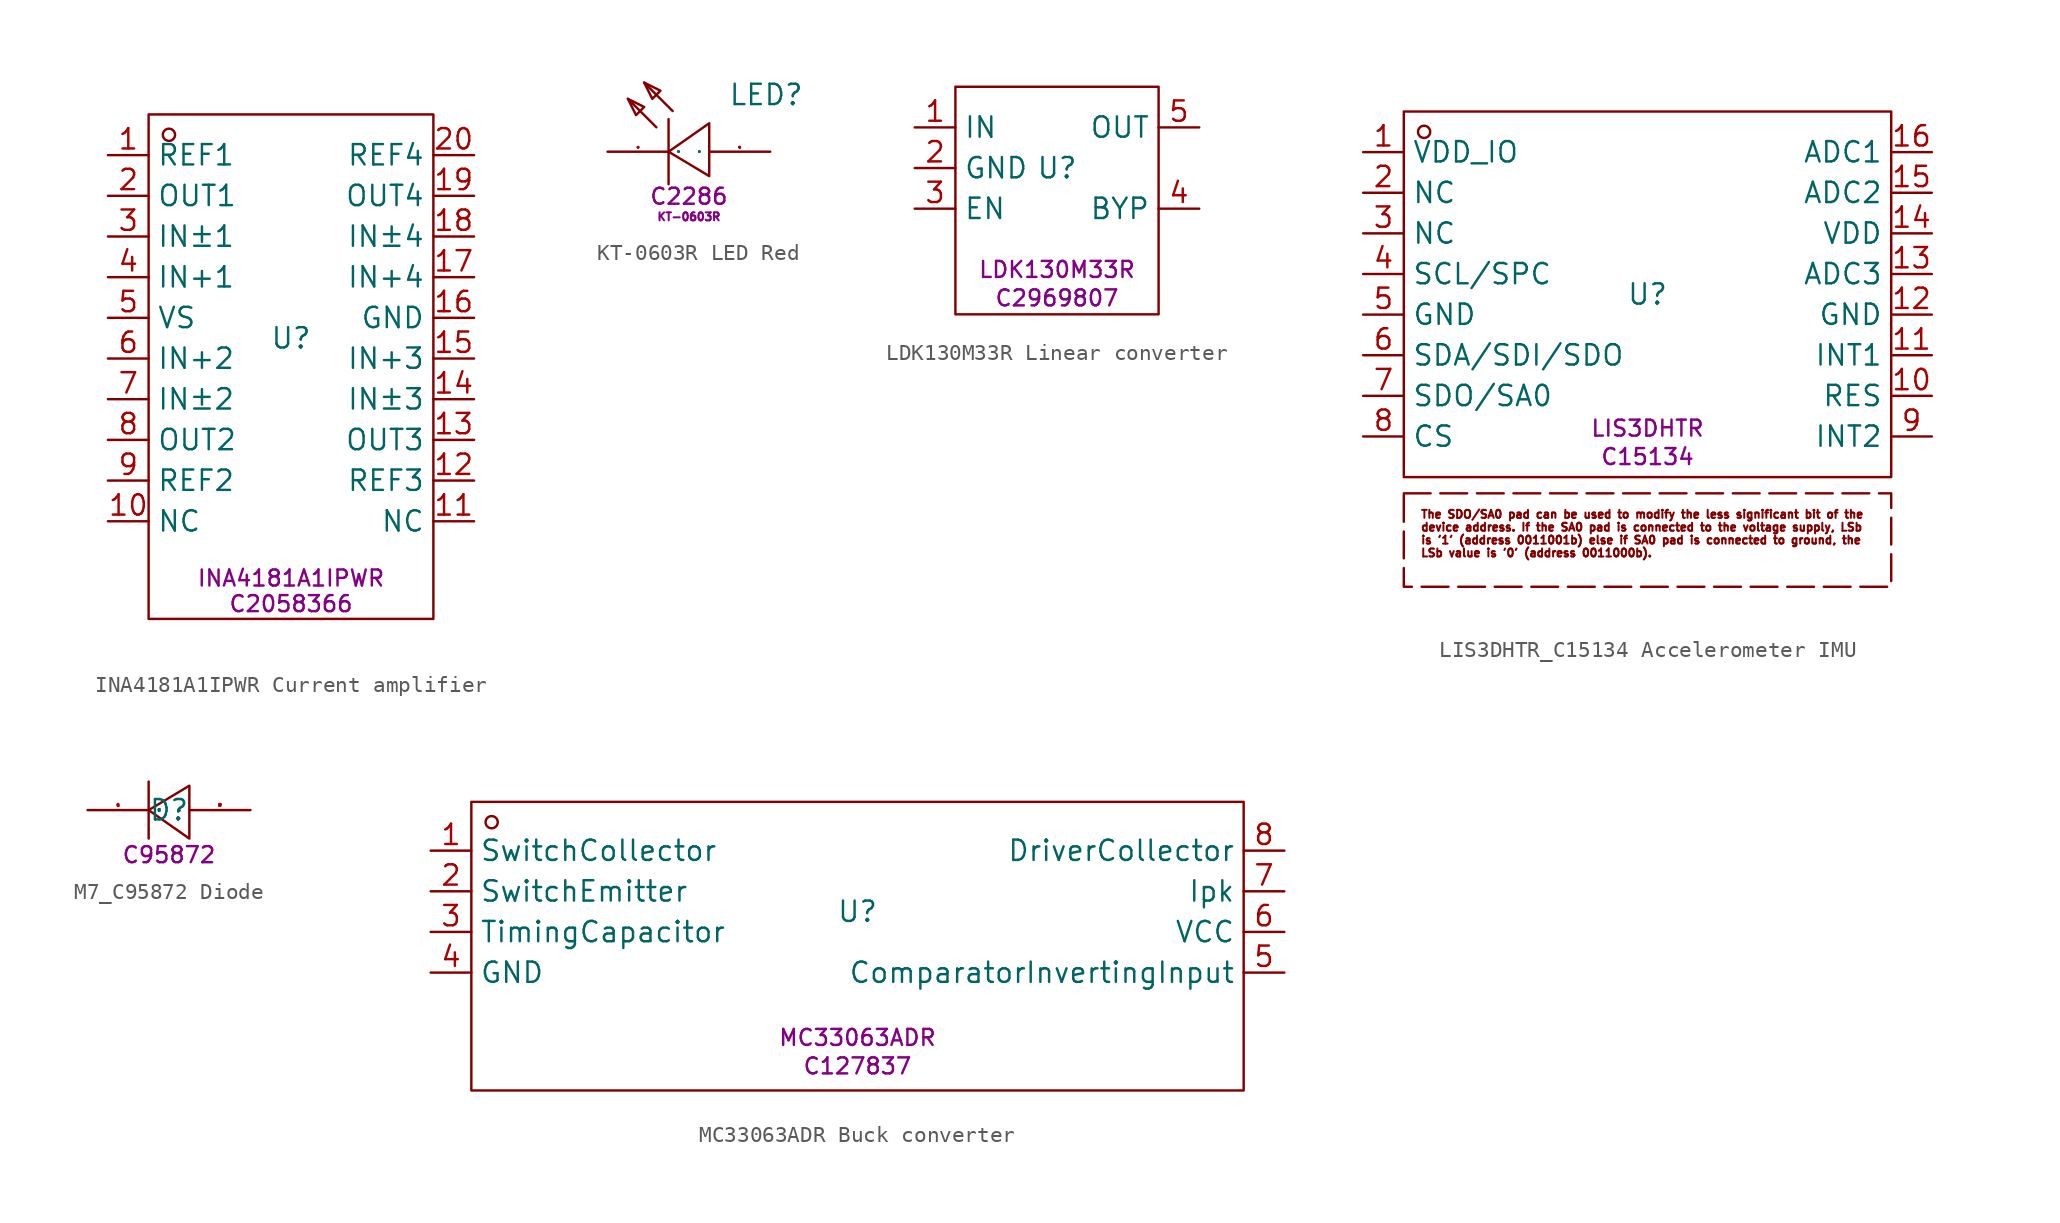
<source format=kicad_sym>
(kicad_symbol_lib
  (version 20241209)
  (generator "kicad_symbol_editor")
  (generator_version "9.0")
  (symbol "INA4181A1IPWR Current amplifier"
    (property "Reference" "U"
      (at 0 0 0)
      (effects (font (size 1.27 1.27))))
    (property "LCSC Part Name" "INA4181A1IPWR"
      (at 0 -14.986 0)
      (do_not_autoplace)
      (effects (font (size 1 1))))
    (property "LCSC Part #" "C2058366"
      (at 0 -16.002 0)
      (do_not_autoplace)
      (effects (font (size 1 1)) (justify top)))
    (symbol "INA4181A1IPWR Current amplifier_1_0"
      (rectangle (start -8.89 13.97) (end 8.89 -17.526) (stroke (width 0) (type default)) (fill (type none)))
      (circle (center -7.62 12.7) (radius 0.381) (stroke (width 0) (type default)) (fill (type none)))
      (pin input line (at -11.43 11.43 0) (length 2.54) (name "REF1" (effects (font (size 1.27 1.27)))) (number "1" (effects (font (size 1.27 1.27)))))
      (pin input line (at -11.43 8.89 0) (length 2.54) (name "OUT1" (effects (font (size 1.27 1.27)))) (number "2" (effects (font (size 1.27 1.27)))))
      (pin input line (at -11.43 6.35 0) (length 2.54) (name "IN±1" (effects (font (size 1.27 1.27)))) (number "3" (effects (font (size 1.27 1.27)))))
      (pin input line (at -11.43 3.81 0) (length 2.54) (name "IN+1" (effects (font (size 1.27 1.27)))) (number "4" (effects (font (size 1.27 1.27)))))
      (pin input line (at -11.43 1.27 0) (length 2.54) (name "VS" (effects (font (size 1.27 1.27)))) (number "5" (effects (font (size 1.27 1.27)))))
      (pin input line (at -11.43 -1.27 0) (length 2.54) (name "IN+2" (effects (font (size 1.27 1.27)))) (number "6" (effects (font (size 1.27 1.27)))))
      (pin input line (at -11.43 -3.81 0) (length 2.54) (name "IN±2" (effects (font (size 1.27 1.27)))) (number "7" (effects (font (size 1.27 1.27)))))
      (pin input line (at -11.43 -6.35 0) (length 2.54) (name "OUT2" (effects (font (size 1.27 1.27)))) (number "8" (effects (font (size 1.27 1.27)))))
      (pin input line (at -11.43 -8.89 0) (length 2.54) (name "REF2" (effects (font (size 1.27 1.27)))) (number "9" (effects (font (size 1.27 1.27)))))
      (pin input line (at -11.43 -11.43 0) (length 2.54) (name "NC" (effects (font (size 1.27 1.27)))) (number "10" (effects (font (size 1.27 1.27)))))
      (pin input line (at 11.43 11.43 180) (length 2.54) (name "REF4" (effects (font (size 1.27 1.27)))) (number "20" (effects (font (size 1.27 1.27)))))
      (pin input line (at 11.43 8.89 180) (length 2.54) (name "OUT4" (effects (font (size 1.27 1.27)))) (number "19" (effects (font (size 1.27 1.27)))))
      (pin input line (at 11.43 6.35 180) (length 2.54) (name "IN±4" (effects (font (size 1.27 1.27)))) (number "18" (effects (font (size 1.27 1.27)))))
      (pin input line (at 11.43 3.81 180) (length 2.54) (name "IN+4" (effects (font (size 1.27 1.27)))) (number "17" (effects (font (size 1.27 1.27)))))
      (pin input line (at 11.43 1.27 180) (length 2.54) (name "GND" (effects (font (size 1.27 1.27)))) (number "16" (effects (font (size 1.27 1.27)))))
      (pin input line (at 11.43 -1.27 180) (length 2.54) (name "IN+3" (effects (font (size 1.27 1.27)))) (number "15" (effects (font (size 1.27 1.27)))))
      (pin input line (at 11.43 -3.81 180) (length 2.54) (name "IN±3" (effects (font (size 1.27 1.27)))) (number "14" (effects (font (size 1.27 1.27)))))
      (pin input line (at 11.43 -6.35 180) (length 2.54) (name "OUT3" (effects (font (size 1.27 1.27)))) (number "13" (effects (font (size 1.27 1.27)))))
      (pin input line (at 11.43 -8.89 180) (length 2.54) (name "REF3" (effects (font (size 1.27 1.27)))) (number "12" (effects (font (size 1.27 1.27)))))
      (pin input line (at 11.43 -11.43 180) (length 2.54) (name "NC" (effects (font (size 1.27 1.27)))) (number "11" (effects (font (size 1.27 1.27)))))))
  (symbol "KT-0603R LED Red"
    (property "Reference" "LED"
      (at 4.826 3.556 0)
      (do_not_autoplace)
      (effects (font (size 1.27 1.27))))
    (property "Manufacturer Part" "KT-0603R"
      (at 0 -4.064 0)
      (do_not_autoplace)
      (effects (font (size 0.5 0.5))))
    (property "LCSC Part #" "C2286"
      (at 0 -2.794 0)
      (do_not_autoplace)
      (effects (font (size 1 1))))
    (symbol "KT-0603R LED Red_1_0"
      (polyline (pts (xy -3.81 3.302) (xy -2.794 2.794) (xy -2.794 2.794) (xy -3.302 2.286) (xy -3.302 2.286) (xy -3.81 3.302)) (stroke (width 0) (type default)) (fill (type none)))
      (polyline (pts (xy -2.794 4.318) (xy -1.778 3.81) (xy -1.778 3.81) (xy -2.286 3.302) (xy -2.286 3.302) (xy -2.794 4.318)) (stroke (width 0) (type default)) (fill (type none)))
      (polyline (pts (xy -2.032 1.524) (xy -3.81 3.302)) (stroke (width 0) (type default)) (fill (type none)))
      (polyline (pts (xy -1.27 2.032) (xy -1.27 -2.032)) (stroke (width 0) (type default)) (fill (type none)))
      (polyline (pts (xy -1.016 2.54) (xy -2.794 4.318)) (stroke (width 0) (type default)) (fill (type none)))
      (polyline (pts (xy 1.27 -1.524) (xy -1.27 0) (xy -1.27 0) (xy 1.27 1.778) (xy 1.27 1.778) (xy 1.27 -1.524)) (stroke (width 0) (type default)) (fill (type none)))
      (pin unspecified line (at -5.08 0 0) (length 3.81) (name "K" (effects (font (size 0.025 0.025)))) (number "1" (effects (font (size 0.025 0.025)))))
      (pin unspecified line (at 5.08 0 180) (length 3.81) (name "A" (effects (font (size 0.025 0.025)))) (number "2" (effects (font (size 0.025 0.025)))))))
  (symbol "LDK130M33R Linear converter"
    (property "Reference" "U"
      (at 0 0 0)
      (effects (font (size 1.27 1.27))))
    (property "Manufacturer Part" "LDK130M33R"
      (at 0 -6.35 0)
      (do_not_autoplace)
      (effects (font (size 1 1))))
    (property "LCSC Part #" "C2969807"
      (at 0 -8.128 0)
      (do_not_autoplace)
      (effects (font (size 1 1))))
    (symbol "LDK130M33R Linear converter_1_0"
      (rectangle (start -6.35 5.08) (end 6.35 -9.144) (stroke (width 0) (type default)) (fill (type none)))
      (pin unspecified line (at -8.89 2.54 0) (length 2.54) (name "IN" (effects (font (size 1.27 1.27)))) (number "1" (effects (font (size 1.27 1.27)))))
      (pin unspecified line (at -8.89 0 0) (length 2.54) (name "GND" (effects (font (size 1.27 1.27)))) (number "2" (effects (font (size 1.27 1.27)))))
      (pin unspecified line (at -8.89 -2.54 0) (length 2.54) (name "EN" (effects (font (size 1.27 1.27)))) (number "3" (effects (font (size 1.27 1.27)))))
      (pin unspecified line (at 8.89 2.54 180) (length 2.54) (name "OUT" (effects (font (size 1.27 1.27)))) (number "5" (effects (font (size 1.27 1.27)))))
      (pin unspecified line (at 8.89 -2.54 180) (length 2.54) (name "BYP" (effects (font (size 1.27 1.27)))) (number "4" (effects (font (size 1.27 1.27)))))))
  (symbol "LIS3DHTR_C15134 Accelerometer IMU"
    (property "Reference" "U"
      (at 0 0 0)
      (do_not_autoplace)
      (effects (font (size 1.27 1.27))))
    (property "Manufacturer Part" "LIS3DHTR"
      (at 0 -8.382 0)
      (do_not_autoplace)
      (effects (font (size 1 1))))
    (property "LCSC Part #" "C15134"
      (at 0 -10.16 0)
      (do_not_autoplace)
      (effects (font (size 1 1))))
    (symbol "LIS3DHTR_C15134 Accelerometer IMU_1_0"
      (rectangle (start -15.24 -11.43) (end 15.24 11.43) (stroke (width 0) (type default)) (fill (type none)))
      (circle (center -13.97 10.16) (radius 0.381) (stroke (width 0) (type default)) (fill (type none)))
      (pin unspecified line (at -17.78 8.89 0) (length 2.54) (name "VDD_IO" (effects (font (size 1.27 1.27)))) (number "1" (effects (font (size 1.27 1.27)))))
      (pin unspecified line (at -17.78 6.35 0) (length 2.54) (name "NC" (effects (font (size 1.27 1.27)))) (number "2" (effects (font (size 1.27 1.27)))))
      (pin unspecified line (at -17.78 3.81 0) (length 2.54) (name "NC" (effects (font (size 1.27 1.27)))) (number "3" (effects (font (size 1.27 1.27)))))
      (pin unspecified line (at -17.78 1.27 0) (length 2.54) (name "SCL/SPC" (effects (font (size 1.27 1.27)))) (number "4" (effects (font (size 1.27 1.27)))))
      (pin unspecified line (at -17.78 -1.27 0) (length 2.54) (name "GND" (effects (font (size 1.27 1.27)))) (number "5" (effects (font (size 1.27 1.27)))))
      (pin unspecified line (at -17.78 -3.81 0) (length 2.54) (name "SDA/SDI/SDO" (effects (font (size 1.27 1.27)))) (number "6" (effects (font (size 1.27 1.27)))))
      (pin unspecified line (at -17.78 -6.35 0) (length 2.54) (name "SDO/SA0" (effects (font (size 1.27 1.27)))) (number "7" (effects (font (size 1.27 1.27)))))
      (pin unspecified line (at -17.78 -8.89 0) (length 2.54) (name "CS" (effects (font (size 1.27 1.27)))) (number "8" (effects (font (size 1.27 1.27)))))
      (pin unspecified line (at 17.78 8.89 180) (length 2.54) (name "ADC1" (effects (font (size 1.27 1.27)))) (number "16" (effects (font (size 1.27 1.27)))))
      (pin unspecified line (at 17.78 6.35 180) (length 2.54) (name "ADC2" (effects (font (size 1.27 1.27)))) (number "15" (effects (font (size 1.27 1.27)))))
      (pin unspecified line (at 17.78 3.81 180) (length 2.54) (name "VDD" (effects (font (size 1.27 1.27)))) (number "14" (effects (font (size 1.27 1.27)))))
      (pin unspecified line (at 17.78 1.27 180) (length 2.54) (name "ADC3" (effects (font (size 1.27 1.27)))) (number "13" (effects (font (size 1.27 1.27)))))
      (pin unspecified line (at 17.78 -1.27 180) (length 2.54) (name "GND" (effects (font (size 1.27 1.27)))) (number "12" (effects (font (size 1.27 1.27)))))
      (pin unspecified line (at 17.78 -3.81 180) (length 2.54) (name "INT1" (effects (font (size 1.27 1.27)))) (number "11" (effects (font (size 1.27 1.27)))))
      (pin unspecified line (at 17.78 -6.35 180) (length 2.54) (name "RES" (effects (font (size 1.27 1.27)))) (number "10" (effects (font (size 1.27 1.27)))))
      (pin unspecified line (at 17.78 -8.89 180) (length 2.54) (name "INT2" (effects (font (size 1.27 1.27)))) (number "9" (effects (font (size 1.27 1.27))))))
    (symbol "LIS3DHTR_C15134 Accelerometer IMU_1_1"
      (text_box "The SDO/SA0 pad can be used to modify the less significant bit of the device address. If the SA0 pad is connected to the voltage supply, LSb is '1' (address 0011001b) else if SA0 pad is connected to ground, the LSb value is '0' (address 0011000b)." (at -15.24 -12.446 0) (size 30.48 -5.842) (margins 1.016 1.016 1.016 1.016) (stroke (width 0) (type dash)) (fill (type none)) (effects (font (size 0.5 0.5)) (justify left top)))))
  (symbol "M7_C95872 Diode"
    (property "Reference" "D"
      (at 0 0 0)
      (effects (font (size 1.27 1.27))))
    (property "LCSC Part #" "C95872"
      (at 0 -2.794 0)
      (do_not_autoplace)
      (effects (font (size 1 1))))
    (symbol "M7_C95872 Diode_1_0"
      (polyline (pts (xy -1.27 1.778) (xy -1.27 -1.778)) (stroke (width 0) (type default)) (fill (type none)))
      (polyline (pts (xy 1.27 1.524) (xy -1.27 0) (xy -1.27 0) (xy 1.27 -1.778) (xy 1.27 -1.778) (xy 1.27 1.524)) (stroke (width 0) (type default)) (fill (type none)))
      (pin unspecified line (at -5.08 0 0) (length 3.81) (name "K" (effects (font (size 0.1 0.1)))) (number "1" (effects (font (size 0.1 0.1)))))
      (pin unspecified line (at 5.08 0 180) (length 3.81) (name "A" (effects (font (size 0.1 0.1)))) (number "2" (effects (font (size 0.1 0.1)))))))
  (symbol "MC33063ADR Buck converter"
    (property "Reference" "U"
      (at 0 0 0)
      (effects (font (size 1.27 1.27))))
    (property "Manufacturer Part" "MC33063ADR"
      (at 0 -7.874 0)
      (do_not_autoplace)
      (effects (font (size 1 1))))
    (property "LCSC Part #" "C127837"
      (at 0 -9.652 0)
      (do_not_autoplace)
      (effects (font (size 1 1))))
    (symbol "MC33063ADR Buck converter_1_0"
      (rectangle (start -24.13 6.858) (end 24.13 -11.176) (stroke (width 0) (type default)) (fill (type none)))
      (circle (center -22.86 5.588) (radius 0.381) (stroke (width 0) (type default)) (fill (type none)))
      (pin unspecified line (at -26.67 3.81 0) (length 2.54) (name "SwitchCollector" (effects (font (size 1.27 1.27)))) (number "1" (effects (font (size 1.27 1.27)))))
      (pin unspecified line (at -26.67 1.27 0) (length 2.54) (name "SwitchEmitter" (effects (font (size 1.27 1.27)))) (number "2" (effects (font (size 1.27 1.27)))))
      (pin unspecified line (at -26.67 -1.27 0) (length 2.54) (name "TimingCapacitor" (effects (font (size 1.27 1.27)))) (number "3" (effects (font (size 1.27 1.27)))))
      (pin unspecified line (at -26.67 -3.81 0) (length 2.54) (name "GND" (effects (font (size 1.27 1.27)))) (number "4" (effects (font (size 1.27 1.27)))))
      (pin unspecified line (at 26.67 3.81 180) (length 2.54) (name "DriverCollector" (effects (font (size 1.27 1.27)))) (number "8" (effects (font (size 1.27 1.27)))))
      (pin unspecified line (at 26.67 1.27 180) (length 2.54) (name "Ipk" (effects (font (size 1.27 1.27)))) (number "7" (effects (font (size 1.27 1.27)))))
      (pin unspecified line (at 26.67 -1.27 180) (length 2.54) (name "VCC" (effects (font (size 1.27 1.27)))) (number "6" (effects (font (size 1.27 1.27)))))
      (pin unspecified line (at 26.67 -3.81 180) (length 2.54) (name "ComparatorInvertingInput" (effects (font (size 1.27 1.27)))) (number "5" (effects (font (size 1.27 1.27))))))))
</source>
